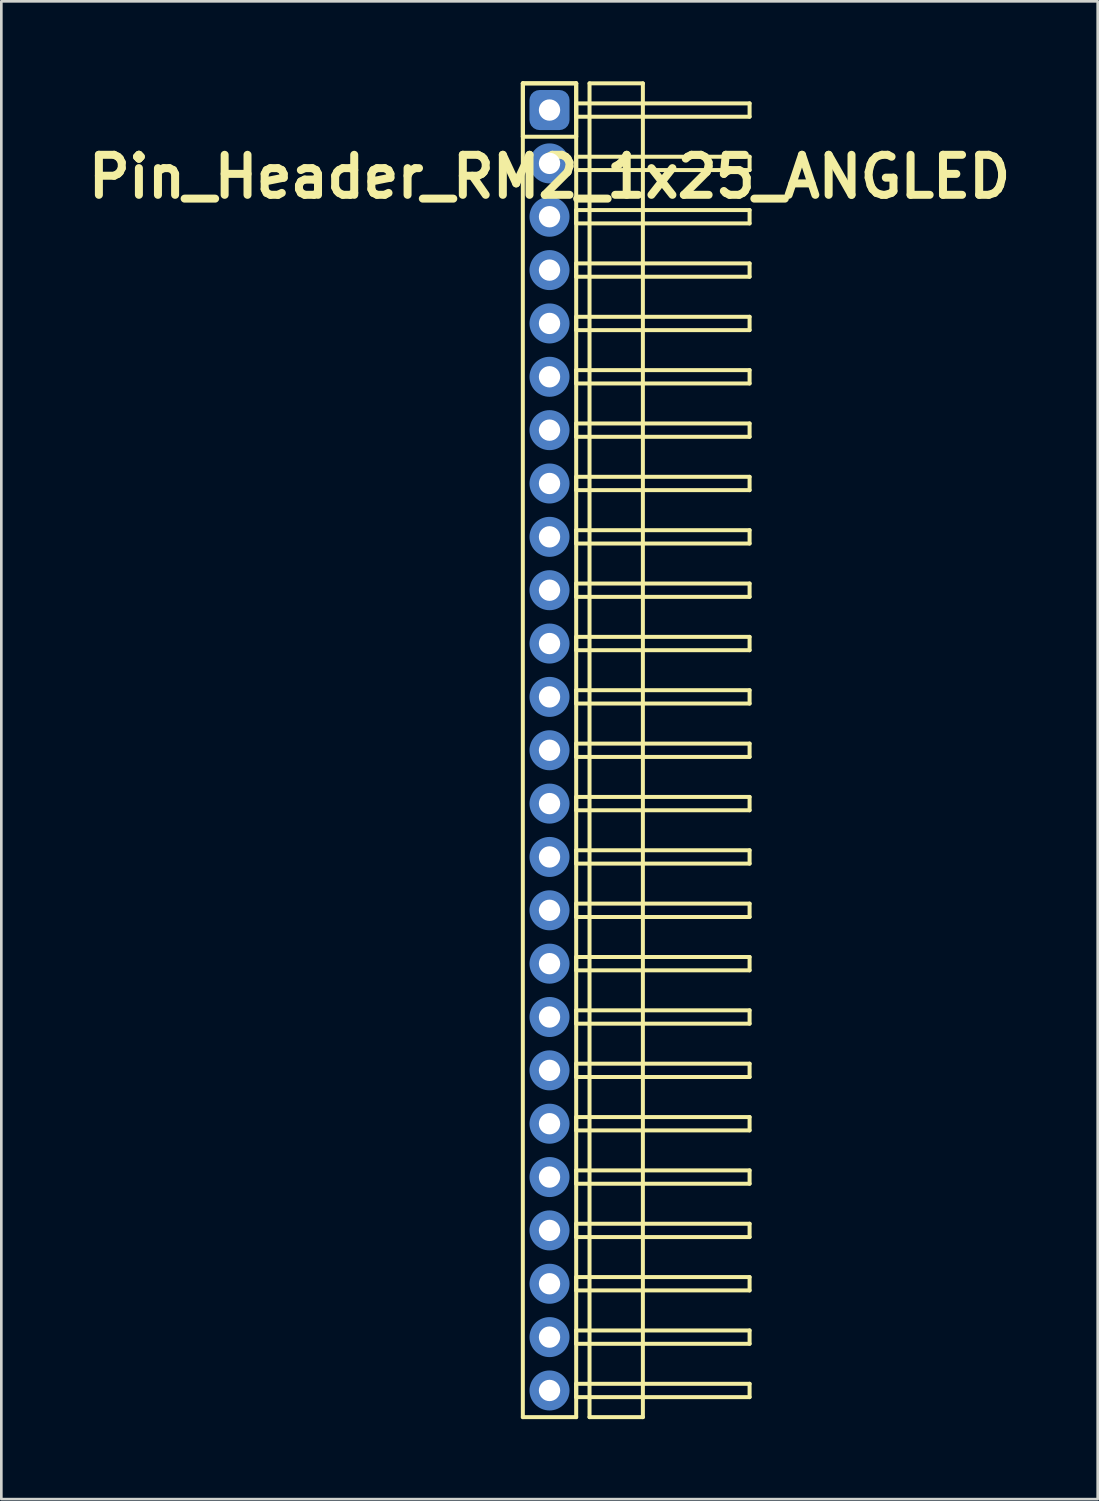
<source format=kicad_pcb>
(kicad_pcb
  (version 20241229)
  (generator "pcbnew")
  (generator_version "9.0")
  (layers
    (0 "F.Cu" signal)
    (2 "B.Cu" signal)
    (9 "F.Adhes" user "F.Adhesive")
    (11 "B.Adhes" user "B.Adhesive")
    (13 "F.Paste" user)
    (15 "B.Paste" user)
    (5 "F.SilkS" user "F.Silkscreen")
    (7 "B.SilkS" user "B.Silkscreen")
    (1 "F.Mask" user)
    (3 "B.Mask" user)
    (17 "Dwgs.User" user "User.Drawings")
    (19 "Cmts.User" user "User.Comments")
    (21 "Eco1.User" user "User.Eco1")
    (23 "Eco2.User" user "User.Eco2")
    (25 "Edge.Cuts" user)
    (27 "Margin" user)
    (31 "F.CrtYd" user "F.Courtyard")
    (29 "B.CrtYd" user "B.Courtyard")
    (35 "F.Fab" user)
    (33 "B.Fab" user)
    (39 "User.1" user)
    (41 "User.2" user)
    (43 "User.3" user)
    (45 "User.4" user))
  (footprint "Pin_Header_RM2_1x25_ANGLED"
    (layer "F.Cu")
    (at 17.55 1.075)
    (property "Reference" "Pin_Header_RM2_1x25_ANGLED" (at 0 2.5 0) (layer "F.SilkS") (effects (font (size 1.5 1.5) (thickness 0.3))))
    (attr through_hole)
    (fp_line (start -1 -1) (end 1 -1) (stroke (width 0.15) (type solid)) (layer "F.SilkS"))
    (fp_line (start -1 -1) (end 1 -1) (stroke (width 0.15) (type solid)) (layer "F.SilkS"))
    (fp_line (start -1 1) (end -1 -1) (stroke (width 0.15) (type solid)) (layer "F.SilkS"))
    (fp_line (start -1 49) (end -1 -1) (stroke (width 0.15) (type solid)) (layer "F.SilkS"))
    (fp_line (start 1 -1) (end 1 1) (stroke (width 0.15) (type solid)) (layer "F.SilkS"))
    (fp_line (start 1 -1) (end 1 49) (stroke (width 0.15) (type solid)) (layer "F.SilkS"))
    (fp_line (start 1 -0.25) (end 7.5 -0.25) (stroke (width 0.15) (type solid)) (layer "F.SilkS"))
    (fp_line (start 1 0.25) (end 1 -0.25) (stroke (width 0.15) (type solid)) (layer "F.SilkS"))
    (fp_line (start 1 1) (end -1 1) (stroke (width 0.15) (type solid)) (layer "F.SilkS"))
    (fp_line (start 1 1.75) (end 7.5 1.75) (stroke (width 0.15) (type solid)) (layer "F.SilkS"))
    (fp_line (start 1 2.25) (end 1 1.75) (stroke (width 0.15) (type solid)) (layer "F.SilkS"))
    (fp_line (start 1 3.75) (end 7.5 3.75) (stroke (width 0.15) (type solid)) (layer "F.SilkS"))
    (fp_line (start 1 4.25) (end 1 3.75) (stroke (width 0.15) (type solid)) (layer "F.SilkS"))
    (fp_line (start 1 5.75) (end 7.5 5.75) (stroke (width 0.15) (type solid)) (layer "F.SilkS"))
    (fp_line (start 1 6.25) (end 1 5.75) (stroke (width 0.15) (type solid)) (layer "F.SilkS"))
    (fp_line (start 1 7.75) (end 7.5 7.75) (stroke (width 0.15) (type solid)) (layer "F.SilkS"))
    (fp_line (start 1 8.25) (end 1 7.75) (stroke (width 0.15) (type solid)) (layer "F.SilkS"))
    (fp_line (start 1 9.75) (end 7.5 9.75) (stroke (width 0.15) (type solid)) (layer "F.SilkS"))
    (fp_line (start 1 10.25) (end 1 9.75) (stroke (width 0.15) (type solid)) (layer "F.SilkS"))
    (fp_line (start 1 11.75) (end 7.5 11.75) (stroke (width 0.15) (type solid)) (layer "F.SilkS"))
    (fp_line (start 1 12.25) (end 1 11.75) (stroke (width 0.15) (type solid)) (layer "F.SilkS"))
    (fp_line (start 1 13.75) (end 7.5 13.75) (stroke (width 0.15) (type solid)) (layer "F.SilkS"))
    (fp_line (start 1 14.25) (end 1 13.75) (stroke (width 0.15) (type solid)) (layer "F.SilkS"))
    (fp_line (start 1 15.75) (end 7.5 15.75) (stroke (width 0.15) (type solid)) (layer "F.SilkS"))
    (fp_line (start 1 16.25) (end 1 15.75) (stroke (width 0.15) (type solid)) (layer "F.SilkS"))
    (fp_line (start 1 17.75) (end 7.5 17.75) (stroke (width 0.15) (type solid)) (layer "F.SilkS"))
    (fp_line (start 1 18.25) (end 1 17.75) (stroke (width 0.15) (type solid)) (layer "F.SilkS"))
    (fp_line (start 1 19.75) (end 7.5 19.75) (stroke (width 0.15) (type solid)) (layer "F.SilkS"))
    (fp_line (start 1 20.25) (end 1 19.75) (stroke (width 0.15) (type solid)) (layer "F.SilkS"))
    (fp_line (start 1 21.75) (end 7.5 21.75) (stroke (width 0.15) (type solid)) (layer "F.SilkS"))
    (fp_line (start 1 22.25) (end 1 21.75) (stroke (width 0.15) (type solid)) (layer "F.SilkS"))
    (fp_line (start 1 23.75) (end 7.5 23.75) (stroke (width 0.15) (type solid)) (layer "F.SilkS"))
    (fp_line (start 1 24.25) (end 1 23.75) (stroke (width 0.15) (type solid)) (layer "F.SilkS"))
    (fp_line (start 1 25.75) (end 7.5 25.75) (stroke (width 0.15) (type solid)) (layer "F.SilkS"))
    (fp_line (start 1 26.25) (end 1 25.75) (stroke (width 0.15) (type solid)) (layer "F.SilkS"))
    (fp_line (start 1 27.75) (end 7.5 27.75) (stroke (width 0.15) (type solid)) (layer "F.SilkS"))
    (fp_line (start 1 28.25) (end 1 27.75) (stroke (width 0.15) (type solid)) (layer "F.SilkS"))
    (fp_line (start 1 29.75) (end 7.5 29.75) (stroke (width 0.15) (type solid)) (layer "F.SilkS"))
    (fp_line (start 1 30.25) (end 1 29.75) (stroke (width 0.15) (type solid)) (layer "F.SilkS"))
    (fp_line (start 1 31.75) (end 7.5 31.75) (stroke (width 0.15) (type solid)) (layer "F.SilkS"))
    (fp_line (start 1 32.25) (end 1 31.75) (stroke (width 0.15) (type solid)) (layer "F.SilkS"))
    (fp_line (start 1 33.75) (end 7.5 33.75) (stroke (width 0.15) (type solid)) (layer "F.SilkS"))
    (fp_line (start 1 34.25) (end 1 33.75) (stroke (width 0.15) (type solid)) (layer "F.SilkS"))
    (fp_line (start 1 35.75) (end 7.5 35.75) (stroke (width 0.15) (type solid)) (layer "F.SilkS"))
    (fp_line (start 1 36.25) (end 1 35.75) (stroke (width 0.15) (type solid)) (layer "F.SilkS"))
    (fp_line (start 1 37.75) (end 7.5 37.75) (stroke (width 0.15) (type solid)) (layer "F.SilkS"))
    (fp_line (start 1 38.25) (end 1 37.75) (stroke (width 0.15) (type solid)) (layer "F.SilkS"))
    (fp_line (start 1 39.75) (end 7.5 39.75) (stroke (width 0.15) (type solid)) (layer "F.SilkS"))
    (fp_line (start 1 40.25) (end 1 39.75) (stroke (width 0.15) (type solid)) (layer "F.SilkS"))
    (fp_line (start 1 41.75) (end 7.5 41.75) (stroke (width 0.15) (type solid)) (layer "F.SilkS"))
    (fp_line (start 1 42.25) (end 1 41.75) (stroke (width 0.15) (type solid)) (layer "F.SilkS"))
    (fp_line (start 1 43.75) (end 7.5 43.75) (stroke (width 0.15) (type solid)) (layer "F.SilkS"))
    (fp_line (start 1 44.25) (end 1 43.75) (stroke (width 0.15) (type solid)) (layer "F.SilkS"))
    (fp_line (start 1 45.75) (end 7.5 45.75) (stroke (width 0.15) (type solid)) (layer "F.SilkS"))
    (fp_line (start 1 46.25) (end 1 45.75) (stroke (width 0.15) (type solid)) (layer "F.SilkS"))
    (fp_line (start 1 47.75) (end 7.5 47.75) (stroke (width 0.15) (type solid)) (layer "F.SilkS"))
    (fp_line (start 1 48.25) (end 1 47.75) (stroke (width 0.15) (type solid)) (layer "F.SilkS"))
    (fp_line (start 1 49) (end -1 49) (stroke (width 0.15) (type solid)) (layer "F.SilkS"))
    (fp_line (start 1.5 -1) (end 3.5 -1) (stroke (width 0.15) (type solid)) (layer "F.SilkS"))
    (fp_line (start 1.5 49) (end 1.5 -1) (stroke (width 0.15) (type solid)) (layer "F.SilkS"))
    (fp_line (start 3.5 -1) (end 3.5 49) (stroke (width 0.15) (type solid)) (layer "F.SilkS"))
    (fp_line (start 3.5 49) (end 1.5 49) (stroke (width 0.15) (type solid)) (layer "F.SilkS"))
    (fp_line (start 7.5 -0.25) (end 7.5 0.25) (stroke (width 0.15) (type solid)) (layer "F.SilkS"))
    (fp_line (start 7.5 0.25) (end 1 0.25) (stroke (width 0.15) (type solid)) (layer "F.SilkS"))
    (fp_line (start 7.5 1.75) (end 7.5 2.25) (stroke (width 0.15) (type solid)) (layer "F.SilkS"))
    (fp_line (start 7.5 2.25) (end 1 2.25) (stroke (width 0.15) (type solid)) (layer "F.SilkS"))
    (fp_line (start 7.5 3.75) (end 7.5 4.25) (stroke (width 0.15) (type solid)) (layer "F.SilkS"))
    (fp_line (start 7.5 4.25) (end 1 4.25) (stroke (width 0.15) (type solid)) (layer "F.SilkS"))
    (fp_line (start 7.5 5.75) (end 7.5 6.25) (stroke (width 0.15) (type solid)) (layer "F.SilkS"))
    (fp_line (start 7.5 6.25) (end 1 6.25) (stroke (width 0.15) (type solid)) (layer "F.SilkS"))
    (fp_line (start 7.5 7.75) (end 7.5 8.25) (stroke (width 0.15) (type solid)) (layer "F.SilkS"))
    (fp_line (start 7.5 8.25) (end 1 8.25) (stroke (width 0.15) (type solid)) (layer "F.SilkS"))
    (fp_line (start 7.5 9.75) (end 7.5 10.25) (stroke (width 0.15) (type solid)) (layer "F.SilkS"))
    (fp_line (start 7.5 10.25) (end 1 10.25) (stroke (width 0.15) (type solid)) (layer "F.SilkS"))
    (fp_line (start 7.5 11.75) (end 7.5 12.25) (stroke (width 0.15) (type solid)) (layer "F.SilkS"))
    (fp_line (start 7.5 12.25) (end 1 12.25) (stroke (width 0.15) (type solid)) (layer "F.SilkS"))
    (fp_line (start 7.5 13.75) (end 7.5 14.25) (stroke (width 0.15) (type solid)) (layer "F.SilkS"))
    (fp_line (start 7.5 14.25) (end 1 14.25) (stroke (width 0.15) (type solid)) (layer "F.SilkS"))
    (fp_line (start 7.5 15.75) (end 7.5 16.25) (stroke (width 0.15) (type solid)) (layer "F.SilkS"))
    (fp_line (start 7.5 16.25) (end 1 16.25) (stroke (width 0.15) (type solid)) (layer "F.SilkS"))
    (fp_line (start 7.5 17.75) (end 7.5 18.25) (stroke (width 0.15) (type solid)) (layer "F.SilkS"))
    (fp_line (start 7.5 18.25) (end 1 18.25) (stroke (width 0.15) (type solid)) (layer "F.SilkS"))
    (fp_line (start 7.5 19.75) (end 7.5 20.25) (stroke (width 0.15) (type solid)) (layer "F.SilkS"))
    (fp_line (start 7.5 20.25) (end 1 20.25) (stroke (width 0.15) (type solid)) (layer "F.SilkS"))
    (fp_line (start 7.5 21.75) (end 7.5 22.25) (stroke (width 0.15) (type solid)) (layer "F.SilkS"))
    (fp_line (start 7.5 22.25) (end 1 22.25) (stroke (width 0.15) (type solid)) (layer "F.SilkS"))
    (fp_line (start 7.5 23.75) (end 7.5 24.25) (stroke (width 0.15) (type solid)) (layer "F.SilkS"))
    (fp_line (start 7.5 24.25) (end 1 24.25) (stroke (width 0.15) (type solid)) (layer "F.SilkS"))
    (fp_line (start 7.5 25.75) (end 7.5 26.25) (stroke (width 0.15) (type solid)) (layer "F.SilkS"))
    (fp_line (start 7.5 26.25) (end 1 26.25) (stroke (width 0.15) (type solid)) (layer "F.SilkS"))
    (fp_line (start 7.5 27.75) (end 7.5 28.25) (stroke (width 0.15) (type solid)) (layer "F.SilkS"))
    (fp_line (start 7.5 28.25) (end 1 28.25) (stroke (width 0.15) (type solid)) (layer "F.SilkS"))
    (fp_line (start 7.5 29.75) (end 7.5 30.25) (stroke (width 0.15) (type solid)) (layer "F.SilkS"))
    (fp_line (start 7.5 30.25) (end 1 30.25) (stroke (width 0.15) (type solid)) (layer "F.SilkS"))
    (fp_line (start 7.5 31.75) (end 7.5 32.25) (stroke (width 0.15) (type solid)) (layer "F.SilkS"))
    (fp_line (start 7.5 32.25) (end 1 32.25) (stroke (width 0.15) (type solid)) (layer "F.SilkS"))
    (fp_line (start 7.5 33.75) (end 7.5 34.25) (stroke (width 0.15) (type solid)) (layer "F.SilkS"))
    (fp_line (start 7.5 34.25) (end 1 34.25) (stroke (width 0.15) (type solid)) (layer "F.SilkS"))
    (fp_line (start 7.5 35.75) (end 7.5 36.25) (stroke (width 0.15) (type solid)) (layer "F.SilkS"))
    (fp_line (start 7.5 36.25) (end 1 36.25) (stroke (width 0.15) (type solid)) (layer "F.SilkS"))
    (fp_line (start 7.5 37.75) (end 7.5 38.25) (stroke (width 0.15) (type solid)) (layer "F.SilkS"))
    (fp_line (start 7.5 38.25) (end 1 38.25) (stroke (width 0.15) (type solid)) (layer "F.SilkS"))
    (fp_line (start 7.5 39.75) (end 7.5 40.25) (stroke (width 0.15) (type solid)) (layer "F.SilkS"))
    (fp_line (start 7.5 40.25) (end 1 40.25) (stroke (width 0.15) (type solid)) (layer "F.SilkS"))
    (fp_line (start 7.5 41.75) (end 7.5 42.25) (stroke (width 0.15) (type solid)) (layer "F.SilkS"))
    (fp_line (start 7.5 42.25) (end 1 42.25) (stroke (width 0.15) (type solid)) (layer "F.SilkS"))
    (fp_line (start 7.5 43.75) (end 7.5 44.25) (stroke (width 0.15) (type solid)) (layer "F.SilkS"))
    (fp_line (start 7.5 44.25) (end 1 44.25) (stroke (width 0.15) (type solid)) (layer "F.SilkS"))
    (fp_line (start 7.5 45.75) (end 7.5 46.25) (stroke (width 0.15) (type solid)) (layer "F.SilkS"))
    (fp_line (start 7.5 46.25) (end 1 46.25) (stroke (width 0.15) (type solid)) (layer "F.SilkS"))
    (fp_line (start 7.5 47.75) (end 7.5 48.25) (stroke (width 0.15) (type solid)) (layer "F.SilkS"))
    (fp_line (start 7.5 48.25) (end 1 48.25) (stroke (width 0.15) (type solid)) (layer "F.SilkS"))
    (pad "1" thru_hole circle (at 0 0) (size 1.1 1.1) (drill 0.8) (layers "*.Cu" "*.Mask"))
    (pad "1" smd roundrect (at 0 0) (size 1.25 1.25) (layers "F.Cu" "F.Mask") (roundrect_rratio 0.25))
    (pad "1" smd roundrect (at 0 0) (size 1.5 1.5) (layers "B.Cu" "B.Mask") (roundrect_rratio 0.25))
    (pad "2" thru_hole circle (at 0 2) (size 1.1 1.1) (drill 0.8) (layers "*.Cu" "*.Mask"))
    (pad "2" smd circle (at 0 2) (size 1.25 1.25) (layers "F.Cu" "F.Mask"))
    (pad "2" smd circle (at 0 2) (size 1.5 1.5) (layers "B.Cu" "B.Mask"))
    (pad "3" thru_hole circle (at 0 4) (size 1.1 1.1) (drill 0.8) (layers "*.Cu" "*.Mask"))
    (pad "3" smd circle (at 0 4) (size 1.25 1.25) (layers "F.Cu" "F.Mask"))
    (pad "3" smd circle (at 0 4) (size 1.5 1.5) (layers "B.Cu" "B.Mask"))
    (pad "4" thru_hole circle (at 0 6) (size 1.1 1.1) (drill 0.8) (layers "*.Cu" "*.Mask"))
    (pad "4" smd circle (at 0 6) (size 1.25 1.25) (layers "F.Cu" "F.Mask"))
    (pad "4" smd circle (at 0 6) (size 1.5 1.5) (layers "B.Cu" "B.Mask"))
    (pad "5" thru_hole circle (at 0 8) (size 1.1 1.1) (drill 0.8) (layers "*.Cu" "*.Mask"))
    (pad "5" smd circle (at 0 8) (size 1.25 1.25) (layers "F.Cu" "F.Mask"))
    (pad "5" smd circle (at 0 8) (size 1.5 1.5) (layers "B.Cu" "B.Mask"))
    (pad "6" thru_hole circle (at 0 10) (size 1.1 1.1) (drill 0.8) (layers "*.Cu" "*.Mask"))
    (pad "6" smd circle (at 0 10) (size 1.25 1.25) (layers "F.Cu" "F.Mask"))
    (pad "6" smd circle (at 0 10) (size 1.5 1.5) (layers "B.Cu" "B.Mask"))
    (pad "7" thru_hole circle (at 0 12) (size 1.1 1.1) (drill 0.8) (layers "*.Cu" "*.Mask"))
    (pad "7" smd circle (at 0 12) (size 1.25 1.25) (layers "F.Cu" "F.Mask"))
    (pad "7" smd circle (at 0 12) (size 1.5 1.5) (layers "B.Cu" "B.Mask"))
    (pad "8" thru_hole circle (at 0 14) (size 1.1 1.1) (drill 0.8) (layers "*.Cu" "*.Mask"))
    (pad "8" smd circle (at 0 14) (size 1.25 1.25) (layers "F.Cu" "F.Mask"))
    (pad "8" smd circle (at 0 14) (size 1.5 1.5) (layers "B.Cu" "B.Mask"))
    (pad "9" thru_hole circle (at 0 16) (size 1.1 1.1) (drill 0.8) (layers "*.Cu" "*.Mask"))
    (pad "9" smd circle (at 0 16) (size 1.25 1.25) (layers "F.Cu" "F.Mask"))
    (pad "9" smd circle (at 0 16) (size 1.5 1.5) (layers "B.Cu" "B.Mask"))
    (pad "10" thru_hole circle (at 0 18) (size 1.1 1.1) (drill 0.8) (layers "*.Cu" "*.Mask"))
    (pad "10" smd circle (at 0 18) (size 1.25 1.25) (layers "F.Cu" "F.Mask"))
    (pad "10" smd circle (at 0 18) (size 1.5 1.5) (layers "B.Cu" "B.Mask"))
    (pad "11" thru_hole circle (at 0 20) (size 1.1 1.1) (drill 0.8) (layers "*.Cu" "*.Mask"))
    (pad "11" smd circle (at 0 20) (size 1.25 1.25) (layers "F.Cu" "F.Mask"))
    (pad "11" smd circle (at 0 20) (size 1.5 1.5) (layers "B.Cu" "B.Mask"))
    (pad "12" thru_hole circle (at 0 22) (size 1.1 1.1) (drill 0.8) (layers "*.Cu" "*.Mask"))
    (pad "12" smd circle (at 0 22) (size 1.25 1.25) (layers "F.Cu" "F.Mask"))
    (pad "12" smd circle (at 0 22) (size 1.5 1.5) (layers "B.Cu" "B.Mask"))
    (pad "13" thru_hole circle (at 0 24) (size 1.1 1.1) (drill 0.8) (layers "*.Cu" "*.Mask"))
    (pad "13" smd circle (at 0 24) (size 1.25 1.25) (layers "F.Cu" "F.Mask"))
    (pad "13" smd circle (at 0 24) (size 1.5 1.5) (layers "B.Cu" "B.Mask"))
    (pad "14" thru_hole circle (at 0 26) (size 1.1 1.1) (drill 0.8) (layers "*.Cu" "*.Mask"))
    (pad "14" smd circle (at 0 26) (size 1.25 1.25) (layers "F.Cu" "F.Mask"))
    (pad "14" smd circle (at 0 26) (size 1.5 1.5) (layers "B.Cu" "B.Mask"))
    (pad "15" thru_hole circle (at 0 28) (size 1.1 1.1) (drill 0.8) (layers "*.Cu" "*.Mask"))
    (pad "15" smd circle (at 0 28) (size 1.25 1.25) (layers "F.Cu" "F.Mask"))
    (pad "15" smd circle (at 0 28) (size 1.5 1.5) (layers "B.Cu" "B.Mask"))
    (pad "16" thru_hole circle (at 0 30) (size 1.1 1.1) (drill 0.8) (layers "*.Cu" "*.Mask"))
    (pad "16" smd circle (at 0 30) (size 1.25 1.25) (layers "F.Cu" "F.Mask"))
    (pad "16" smd circle (at 0 30) (size 1.5 1.5) (layers "B.Cu" "B.Mask"))
    (pad "17" thru_hole circle (at 0 32) (size 1.1 1.1) (drill 0.8) (layers "*.Cu" "*.Mask"))
    (pad "17" smd circle (at 0 32) (size 1.25 1.25) (layers "F.Cu" "F.Mask"))
    (pad "17" smd circle (at 0 32) (size 1.5 1.5) (layers "B.Cu" "B.Mask"))
    (pad "18" thru_hole circle (at 0 34) (size 1.1 1.1) (drill 0.8) (layers "*.Cu" "*.Mask"))
    (pad "18" smd circle (at 0 34) (size 1.25 1.25) (layers "F.Cu" "F.Mask"))
    (pad "18" smd circle (at 0 34) (size 1.5 1.5) (layers "B.Cu" "B.Mask"))
    (pad "19" thru_hole circle (at 0 36) (size 1.1 1.1) (drill 0.8) (layers "*.Cu" "*.Mask"))
    (pad "19" smd circle (at 0 36) (size 1.25 1.25) (layers "F.Cu" "F.Mask"))
    (pad "19" smd circle (at 0 36) (size 1.5 1.5) (layers "B.Cu" "B.Mask"))
    (pad "20" thru_hole circle (at 0 38) (size 1.1 1.1) (drill 0.8) (layers "*.Cu" "*.Mask"))
    (pad "20" smd circle (at 0 38) (size 1.25 1.25) (layers "F.Cu" "F.Mask"))
    (pad "20" smd circle (at 0 38) (size 1.5 1.5) (layers "B.Cu" "B.Mask"))
    (pad "21" thru_hole circle (at 0 40) (size 1.1 1.1) (drill 0.8) (layers "*.Cu" "*.Mask"))
    (pad "21" smd circle (at 0 40) (size 1.25 1.25) (layers "F.Cu" "F.Mask"))
    (pad "21" smd circle (at 0 40) (size 1.5 1.5) (layers "B.Cu" "B.Mask"))
    (pad "22" thru_hole circle (at 0 42) (size 1.1 1.1) (drill 0.8) (layers "*.Cu" "*.Mask"))
    (pad "22" smd circle (at 0 42) (size 1.25 1.25) (layers "F.Cu" "F.Mask"))
    (pad "22" smd circle (at 0 42) (size 1.5 1.5) (layers "B.Cu" "B.Mask"))
    (pad "23" thru_hole circle (at 0 44) (size 1.1 1.1) (drill 0.8) (layers "*.Cu" "*.Mask"))
    (pad "23" smd circle (at 0 44) (size 1.25 1.25) (layers "F.Cu" "F.Mask"))
    (pad "23" smd circle (at 0 44) (size 1.5 1.5) (layers "B.Cu" "B.Mask"))
    (pad "24" thru_hole circle (at 0 46) (size 1.1 1.1) (drill 0.8) (layers "*.Cu" "*.Mask"))
    (pad "24" smd circle (at 0 46) (size 1.25 1.25) (layers "F.Cu" "F.Mask"))
    (pad "24" smd circle (at 0 46) (size 1.5 1.5) (layers "B.Cu" "B.Mask"))
    (pad "25" thru_hole circle (at 0 48) (size 1.1 1.1) (drill 0.8) (layers "*.Cu" "*.Mask"))
    (pad "25" smd circle (at 0 48) (size 1.25 1.25) (layers "F.Cu" "F.Mask"))
    (pad "25" smd circle (at 0 48) (size 1.5 1.5) (layers "B.Cu" "B.Mask")))
  (gr_rect
    (start -3 -3)
    (end 38.1 53.15)
    (stroke (width 0.1) (type default))
    (fill no)
    (layer "Edge.Cuts")))
</source>
